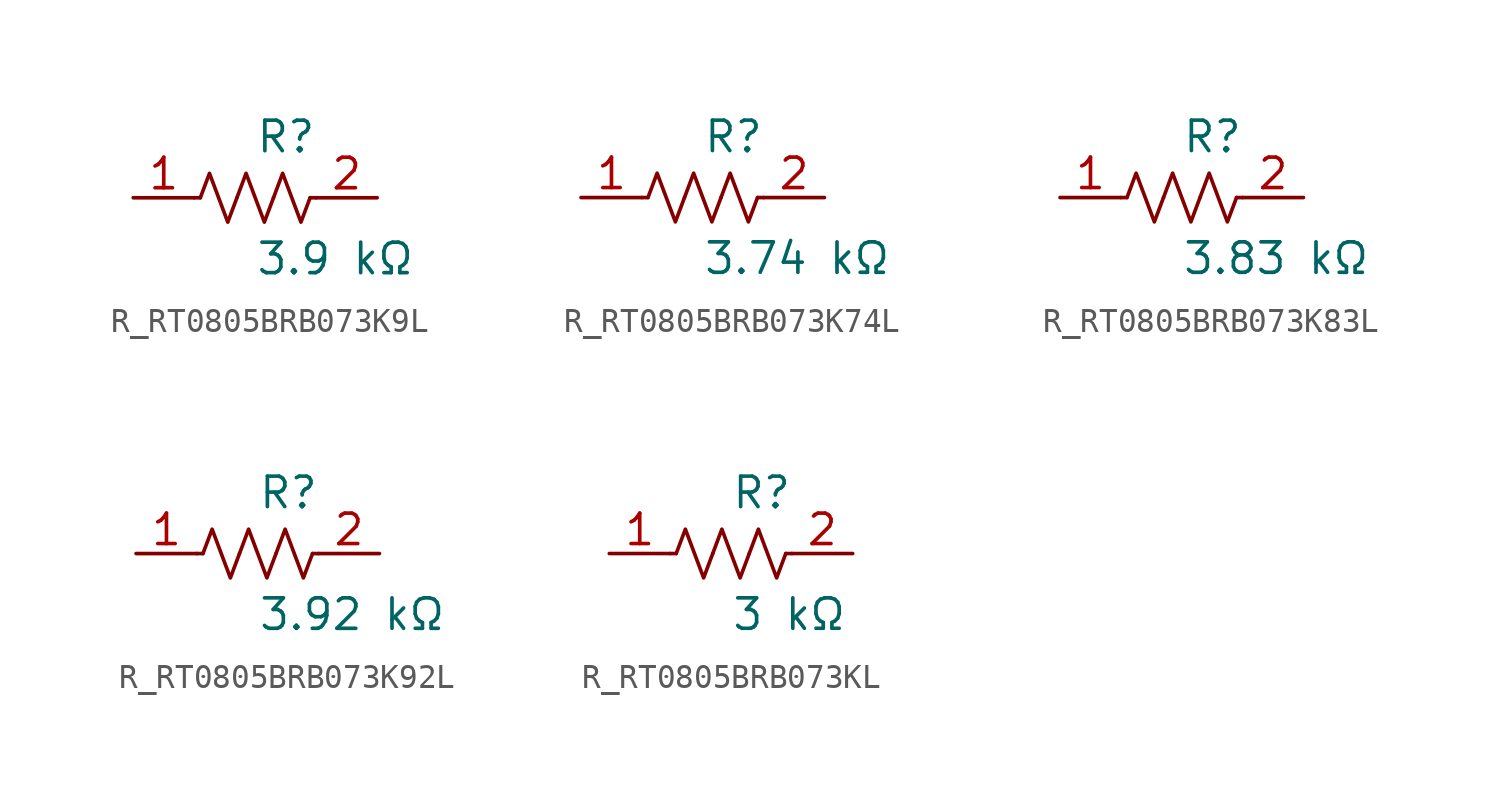
<source format=kicad_sym>
(kicad_symbol_lib
  (version 20231120)
  (generator kicad_symbol_editor)
  (generator_version 8.0)
  (symbol "R_RT0805BRB073K9L"
    (pin_names
      (offset 0.254))
    (property "Reference" "R"
      (at 0 2.54 0)
      (effects (font (size 1.27 1.27)) (justify left)))
    (property "Value" "3.9 kΩ"
      (at 0 -2.54 0)
      (effects (font (size 1.27 1.27)) (justify left)))
    (symbol "R_RT0805BRB073K9L_0_1"
      (polyline (pts (xy 2.286 0) (xy 2.54 0)) (stroke (width 0) (type default)) (fill (type none)))
      (polyline (pts (xy -2.286 0) (xy -2.54 0)) (stroke (width 0) (type default)) (fill (type none)))
      (polyline (pts (xy 0.762 0) (xy 1.143 1.016) (xy 1.524 0) (xy 1.905 -1.016) (xy 2.286 0)) (stroke (width 0) (type default)) (fill (type none)))
      (polyline (pts (xy -0.762 0) (xy -0.381 1.016) (xy 0 0) (xy 0.381 -1.016) (xy 0.762 0)) (stroke (width 0) (type default)) (fill (type none)))
      (polyline (pts (xy -2.286 0) (xy -1.905 1.016) (xy -1.524 0) (xy -1.143 -1.016) (xy -0.762 0)) (stroke (width 0) (type default)) (fill (type none))))
    (pin unspecified line
      (at -5.08 0 0)
      (length 2.54)
      (name "" (effects (font (size 1.27 1.27))))
      (number "1" (effects (font (size 1.27 1.27)))))
    (pin unspecified line
      (at 5.08 0 180)
      (length 2.54)
      (name "" (effects (font (size 1.27 1.27))))
      (number "2" (effects (font (size 1.27 1.27))))))
  (symbol "R_RT0805BRB073K74L"
    (pin_names
      (offset 0.254))
    (property "Reference" "R"
      (at 0 2.54 0)
      (effects (font (size 1.27 1.27)) (justify left)))
    (property "Value" "3.74 kΩ"
      (at 0 -2.54 0)
      (effects (font (size 1.27 1.27)) (justify left)))
    (symbol "R_RT0805BRB073K74L_0_1"
      (polyline (pts (xy 2.286 0) (xy 2.54 0)) (stroke (width 0) (type default)) (fill (type none)))
      (polyline (pts (xy -2.286 0) (xy -2.54 0)) (stroke (width 0) (type default)) (fill (type none)))
      (polyline (pts (xy 0.762 0) (xy 1.143 1.016) (xy 1.524 0) (xy 1.905 -1.016) (xy 2.286 0)) (stroke (width 0) (type default)) (fill (type none)))
      (polyline (pts (xy -0.762 0) (xy -0.381 1.016) (xy 0 0) (xy 0.381 -1.016) (xy 0.762 0)) (stroke (width 0) (type default)) (fill (type none)))
      (polyline (pts (xy -2.286 0) (xy -1.905 1.016) (xy -1.524 0) (xy -1.143 -1.016) (xy -0.762 0)) (stroke (width 0) (type default)) (fill (type none))))
    (pin unspecified line
      (at -5.08 0 0)
      (length 2.54)
      (name "" (effects (font (size 1.27 1.27))))
      (number "1" (effects (font (size 1.27 1.27)))))
    (pin unspecified line
      (at 5.08 0 180)
      (length 2.54)
      (name "" (effects (font (size 1.27 1.27))))
      (number "2" (effects (font (size 1.27 1.27))))))
  (symbol "R_RT0805BRB073K83L"
    (pin_names
      (offset 0.254))
    (property "Reference" "R"
      (at 0 2.54 0)
      (effects (font (size 1.27 1.27)) (justify left)))
    (property "Value" "3.83 kΩ"
      (at 0 -2.54 0)
      (effects (font (size 1.27 1.27)) (justify left)))
    (symbol "R_RT0805BRB073K83L_0_1"
      (polyline (pts (xy 2.286 0) (xy 2.54 0)) (stroke (width 0) (type default)) (fill (type none)))
      (polyline (pts (xy -2.286 0) (xy -2.54 0)) (stroke (width 0) (type default)) (fill (type none)))
      (polyline (pts (xy 0.762 0) (xy 1.143 1.016) (xy 1.524 0) (xy 1.905 -1.016) (xy 2.286 0)) (stroke (width 0) (type default)) (fill (type none)))
      (polyline (pts (xy -0.762 0) (xy -0.381 1.016) (xy 0 0) (xy 0.381 -1.016) (xy 0.762 0)) (stroke (width 0) (type default)) (fill (type none)))
      (polyline (pts (xy -2.286 0) (xy -1.905 1.016) (xy -1.524 0) (xy -1.143 -1.016) (xy -0.762 0)) (stroke (width 0) (type default)) (fill (type none))))
    (pin unspecified line
      (at -5.08 0 0)
      (length 2.54)
      (name "" (effects (font (size 1.27 1.27))))
      (number "1" (effects (font (size 1.27 1.27)))))
    (pin unspecified line
      (at 5.08 0 180)
      (length 2.54)
      (name "" (effects (font (size 1.27 1.27))))
      (number "2" (effects (font (size 1.27 1.27))))))
  (symbol "R_RT0805BRB073K92L"
    (pin_names
      (offset 0.254))
    (property "Reference" "R"
      (at 0 2.54 0)
      (effects (font (size 1.27 1.27)) (justify left)))
    (property "Value" "3.92 kΩ"
      (at 0 -2.54 0)
      (effects (font (size 1.27 1.27)) (justify left)))
    (symbol "R_RT0805BRB073K92L_0_1"
      (polyline (pts (xy 2.286 0) (xy 2.54 0)) (stroke (width 0) (type default)) (fill (type none)))
      (polyline (pts (xy -2.286 0) (xy -2.54 0)) (stroke (width 0) (type default)) (fill (type none)))
      (polyline (pts (xy 0.762 0) (xy 1.143 1.016) (xy 1.524 0) (xy 1.905 -1.016) (xy 2.286 0)) (stroke (width 0) (type default)) (fill (type none)))
      (polyline (pts (xy -0.762 0) (xy -0.381 1.016) (xy 0 0) (xy 0.381 -1.016) (xy 0.762 0)) (stroke (width 0) (type default)) (fill (type none)))
      (polyline (pts (xy -2.286 0) (xy -1.905 1.016) (xy -1.524 0) (xy -1.143 -1.016) (xy -0.762 0)) (stroke (width 0) (type default)) (fill (type none))))
    (pin unspecified line
      (at -5.08 0 0)
      (length 2.54)
      (name "" (effects (font (size 1.27 1.27))))
      (number "1" (effects (font (size 1.27 1.27)))))
    (pin unspecified line
      (at 5.08 0 180)
      (length 2.54)
      (name "" (effects (font (size 1.27 1.27))))
      (number "2" (effects (font (size 1.27 1.27))))))
  (symbol "R_RT0805BRB073KL"
    (pin_names
      (offset 0.254))
    (property "Reference" "R"
      (at 0 2.54 0)
      (effects (font (size 1.27 1.27)) (justify left)))
    (property "Value" "3 kΩ"
      (at 0 -2.54 0)
      (effects (font (size 1.27 1.27)) (justify left)))
    (symbol "R_RT0805BRB073KL_0_1"
      (polyline (pts (xy 2.286 0) (xy 2.54 0)) (stroke (width 0) (type default)) (fill (type none)))
      (polyline (pts (xy -2.286 0) (xy -2.54 0)) (stroke (width 0) (type default)) (fill (type none)))
      (polyline (pts (xy 0.762 0) (xy 1.143 1.016) (xy 1.524 0) (xy 1.905 -1.016) (xy 2.286 0)) (stroke (width 0) (type default)) (fill (type none)))
      (polyline (pts (xy -0.762 0) (xy -0.381 1.016) (xy 0 0) (xy 0.381 -1.016) (xy 0.762 0)) (stroke (width 0) (type default)) (fill (type none)))
      (polyline (pts (xy -2.286 0) (xy -1.905 1.016) (xy -1.524 0) (xy -1.143 -1.016) (xy -0.762 0)) (stroke (width 0) (type default)) (fill (type none))))
    (pin unspecified line
      (at -5.08 0 0)
      (length 2.54)
      (name "" (effects (font (size 1.27 1.27))))
      (number "1" (effects (font (size 1.27 1.27)))))
    (pin unspecified line
      (at 5.08 0 180)
      (length 2.54)
      (name "" (effects (font (size 1.27 1.27))))
      (number "2" (effects (font (size 1.27 1.27)))))))
</source>
